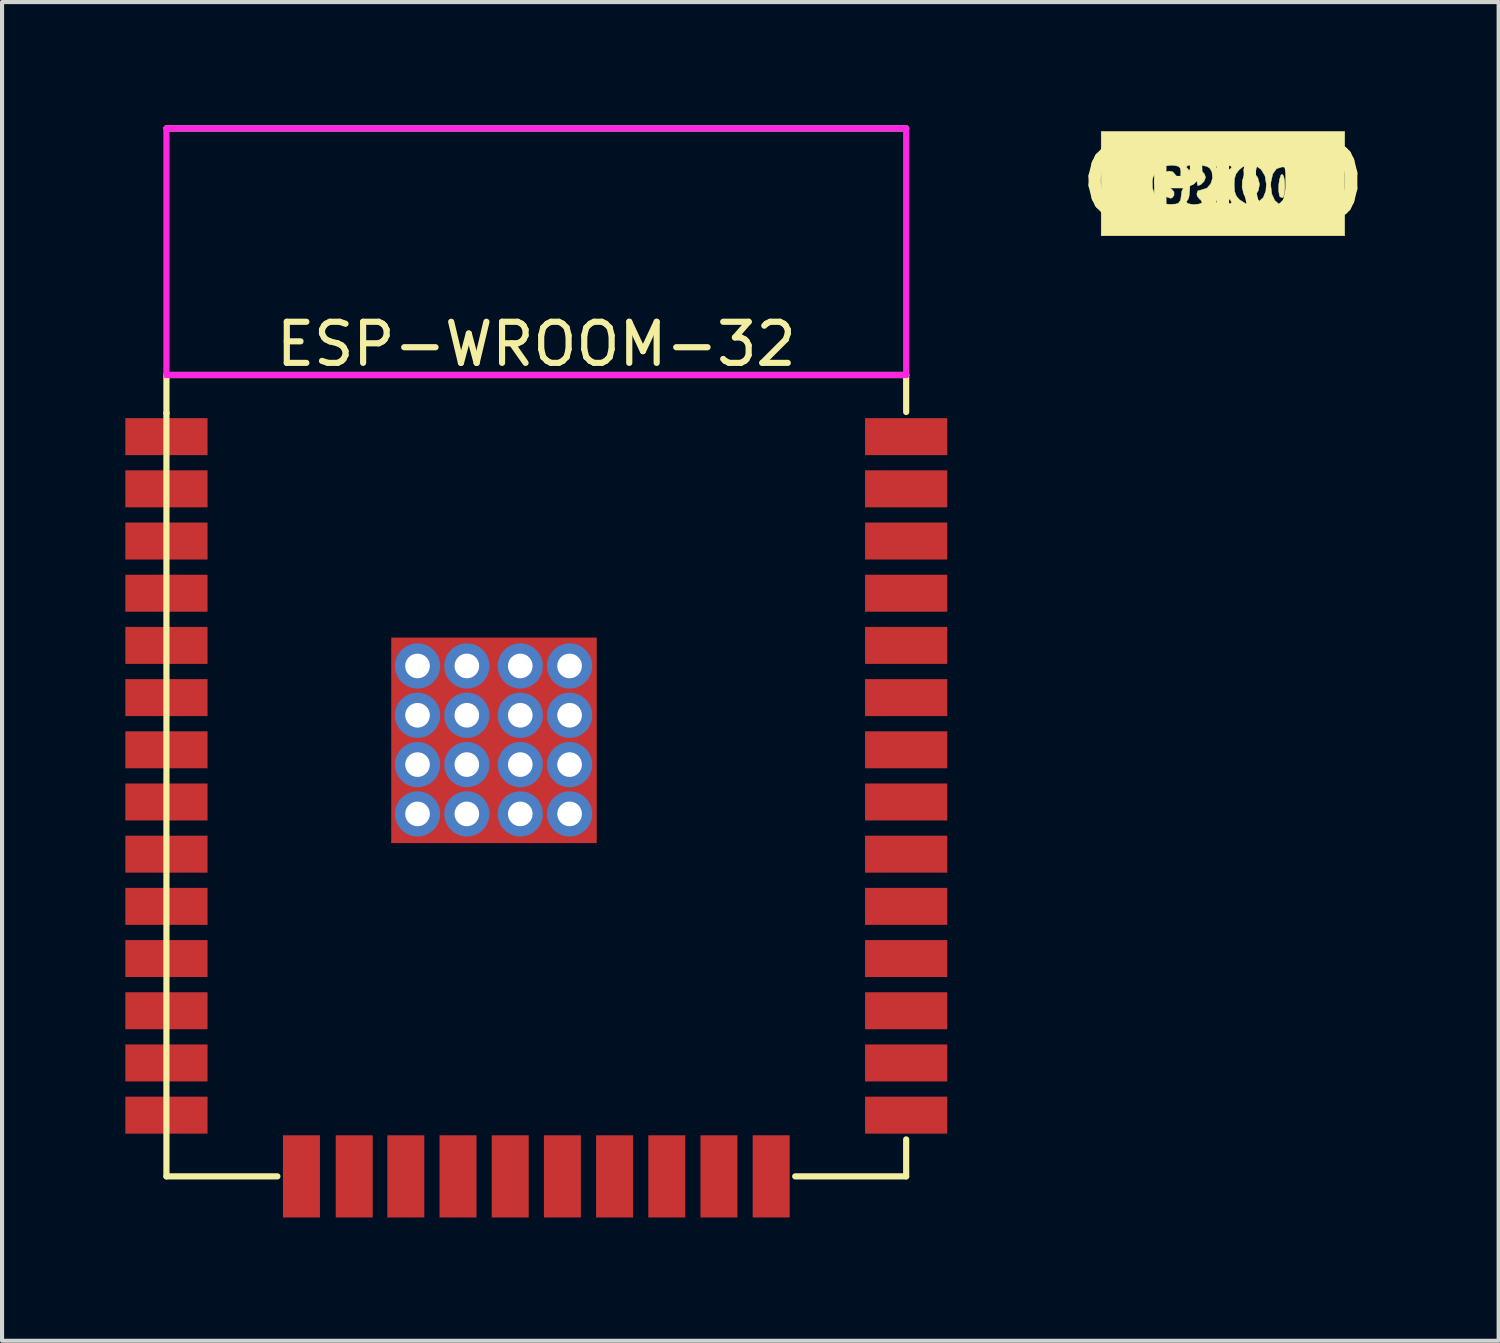
<source format=kicad_pcb>
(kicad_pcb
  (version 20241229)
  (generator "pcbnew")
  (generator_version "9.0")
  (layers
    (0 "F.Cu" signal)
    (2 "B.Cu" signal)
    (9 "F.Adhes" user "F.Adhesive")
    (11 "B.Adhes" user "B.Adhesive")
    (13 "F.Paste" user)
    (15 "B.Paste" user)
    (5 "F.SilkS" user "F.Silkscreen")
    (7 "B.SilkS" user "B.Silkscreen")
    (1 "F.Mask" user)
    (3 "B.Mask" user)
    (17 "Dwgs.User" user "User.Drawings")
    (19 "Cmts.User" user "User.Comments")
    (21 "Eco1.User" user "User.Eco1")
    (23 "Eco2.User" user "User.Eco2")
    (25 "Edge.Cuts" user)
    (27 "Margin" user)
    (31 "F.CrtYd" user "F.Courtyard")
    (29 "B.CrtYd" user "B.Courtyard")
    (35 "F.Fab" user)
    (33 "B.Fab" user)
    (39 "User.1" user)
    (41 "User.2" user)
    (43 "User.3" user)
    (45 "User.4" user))
  (footprint "ESP-WROOM-32"
    (layer "F.Cu")
    (at 10 12.825)
    (property "Reference" "ESP-WROOM-32" (at 0 -7.5 0) (layer "F.SilkS") (effects (font (size 1 1) (thickness 0.15))))
    (attr through_hole)
    (fp_line (start -9 -12.75) (end 9 -12.75) (stroke (width 0.15) (type solid)) (layer "F.SilkS"))
    (fp_line (start -9 -6.75) (end -9 -5.85) (stroke (width 0.15) (type solid)) (layer "F.SilkS"))
    (fp_line (start -9 -6.75) (end 9 -6.75) (stroke (width 0.15) (type solid)) (layer "F.SilkS"))
    (fp_line (start -9 -6.75) (end 9 -6.75) (stroke (width 0.15) (type solid)) (layer "F.SilkS"))
    (fp_line (start -9 -5.82) (end -9 -5.82) (stroke (width 0.15) (type solid)) (layer "F.SilkS"))
    (fp_line (start -9 11.8) (end -9 -5.82) (stroke (width 0.15) (type solid)) (layer "F.SilkS"))
    (fp_line (start -9 12.75) (end -9 11.85) (stroke (width 0.15) (type solid)) (layer "F.SilkS"))
    (fp_line (start -9 12.75) (end -6.3 12.75) (stroke (width 0.15) (type solid)) (layer "F.SilkS"))
    (fp_line (start 9 -6.75) (end 9 -5.85) (stroke (width 0.15) (type solid)) (layer "F.SilkS"))
    (fp_line (start 9 12.75) (end 6.3 12.75) (stroke (width 0.15) (type solid)) (layer "F.SilkS"))
    (fp_line (start 9 12.75) (end 9 11.85) (stroke (width 0.15) (type solid)) (layer "F.SilkS"))
    (fp_line (start -9 -12.75) (end -9 -6.75) (stroke (width 0.15) (type solid)) (layer "F.CrtYd"))
    (fp_line (start -9 -6.75) (end 9 -6.75) (stroke (width 0.15) (type solid)) (layer "F.CrtYd"))
    (fp_line (start 9 -12.75) (end -9 -12.75) (stroke (width 0.15) (type solid)) (layer "F.CrtYd"))
    (fp_line (start 9 -6.75) (end 9 -12.75) (stroke (width 0.15) (type solid)) (layer "F.CrtYd"))
    (pad "1" smd rect (at -9 -5.25) (size 2 0.9) (layers "F.Cu" "F.Mask" "F.Paste"))
    (pad "1" thru_hole circle (at -2.89 0.33) (size 1.1 1.1) (drill 0.6) (layers "*.Cu" "*.Mask"))
    (pad "1" thru_hole circle (at -2.89 1.53) (size 1.1 1.1) (drill 0.6) (layers "*.Cu" "*.Mask"))
    (pad "1" thru_hole circle (at -2.89 2.73) (size 1.1 1.1) (drill 0.6) (layers "*.Cu" "*.Mask"))
    (pad "1" thru_hole circle (at -2.89 3.93) (size 1.1 1.1) (drill 0.6) (layers "*.Cu" "*.Mask"))
    (pad "1" thru_hole circle (at -1.69 0.33) (size 1.1 1.1) (drill 0.6) (layers "*.Cu" "*.Mask"))
    (pad "1" thru_hole circle (at -1.69 1.53) (size 1.1 1.1) (drill 0.6) (layers "*.Cu" "*.Mask"))
    (pad "1" thru_hole circle (at -1.69 2.73) (size 1.1 1.1) (drill 0.6) (layers "*.Cu" "*.Mask"))
    (pad "1" thru_hole circle (at -1.69 3.93) (size 1.1 1.1) (drill 0.6) (layers "*.Cu" "*.Mask"))
    (pad "1" smd rect (at -1.03 2.14 90) (size 5 5) (layers "F.Cu" "F.Mask" "F.Paste"))
    (pad "1" thru_hole circle (at -0.39 0.33) (size 1.1 1.1) (drill 0.6) (layers "*.Cu" "*.Mask"))
    (pad "1" thru_hole circle (at -0.39 1.53) (size 1.1 1.1) (drill 0.6) (layers "*.Cu" "*.Mask"))
    (pad "1" thru_hole circle (at -0.39 2.73) (size 1.1 1.1) (drill 0.6) (layers "*.Cu" "*.Mask"))
    (pad "1" thru_hole circle (at -0.39 3.93) (size 1.1 1.1) (drill 0.6) (layers "*.Cu" "*.Mask"))
    (pad "1" thru_hole circle (at 0.81 0.33) (size 1.1 1.1) (drill 0.6) (layers "*.Cu" "*.Mask"))
    (pad "1" thru_hole circle (at 0.81 1.53) (size 1.1 1.1) (drill 0.6) (layers "*.Cu" "*.Mask"))
    (pad "1" thru_hole circle (at 0.81 2.73) (size 1.1 1.1) (drill 0.6) (layers "*.Cu" "*.Mask"))
    (pad "1" thru_hole circle (at 0.81 3.93) (size 1.1 1.1) (drill 0.6) (layers "*.Cu" "*.Mask"))
    (pad "2" smd rect (at -9 -3.98) (size 2 0.9) (layers "F.Cu" "F.Mask" "F.Paste"))
    (pad "3" smd rect (at -9 -2.71) (size 2 0.9) (layers "F.Cu" "F.Mask" "F.Paste"))
    (pad "4" smd rect (at -9 -1.44) (size 2 0.9) (layers "F.Cu" "F.Mask" "F.Paste"))
    (pad "5" smd rect (at -9 -0.17) (size 2 0.9) (layers "F.Cu" "F.Mask" "F.Paste"))
    (pad "6" smd rect (at -9 1.1) (size 2 0.9) (layers "F.Cu" "F.Mask" "F.Paste"))
    (pad "7" smd rect (at -9 2.37) (size 2 0.9) (layers "F.Cu" "F.Mask" "F.Paste"))
    (pad "8" smd rect (at -9 3.64) (size 2 0.9) (layers "F.Cu" "F.Mask" "F.Paste"))
    (pad "9" smd rect (at -9 4.91) (size 2 0.9) (layers "F.Cu" "F.Mask" "F.Paste"))
    (pad "10" smd rect (at -9 6.18) (size 2 0.9) (layers "F.Cu" "F.Mask" "F.Paste"))
    (pad "11" smd rect (at -9 7.45) (size 2 0.9) (layers "F.Cu" "F.Mask" "F.Paste"))
    (pad "12" smd rect (at -9 8.72) (size 2 0.9) (layers "F.Cu" "F.Mask" "F.Paste"))
    (pad "13" smd rect (at -9 9.99) (size 2 0.9) (layers "F.Cu" "F.Mask" "F.Paste"))
    (pad "14" smd rect (at -9 11.26) (size 2 0.9) (layers "F.Cu" "F.Mask" "F.Paste"))
    (pad "15" smd rect (at -5.715 12.75 90) (size 2 0.9) (layers "F.Cu" "F.Mask" "F.Paste"))
    (pad "16" smd rect (at -4.43 12.75 90) (size 2 0.9) (layers "F.Cu" "F.Mask" "F.Paste"))
    (pad "17" smd rect (at -3.175 12.75 90) (size 2 0.9) (layers "F.Cu" "F.Mask" "F.Paste"))
    (pad "18" smd rect (at -1.905 12.75 90) (size 2 0.9) (layers "F.Cu" "F.Mask" "F.Paste"))
    (pad "19" smd rect (at -0.635 12.75 90) (size 2 0.9) (layers "F.Cu" "F.Mask" "F.Paste"))
    (pad "20" smd rect (at 0.635 12.75 90) (size 2 0.9) (layers "F.Cu" "F.Mask" "F.Paste"))
    (pad "21" smd rect (at 1.905 12.75 90) (size 2 0.9) (layers "F.Cu" "F.Mask" "F.Paste"))
    (pad "22" smd rect (at 3.175 12.75 90) (size 2 0.9) (layers "F.Cu" "F.Mask" "F.Paste"))
    (pad "23" smd rect (at 4.445 12.75 90) (size 2 0.9) (layers "F.Cu" "F.Mask" "F.Paste"))
    (pad "24" smd rect (at 5.715 12.75 90) (size 2 0.9) (layers "F.Cu" "F.Mask" "F.Paste"))
    (pad "25" smd rect (at 9 11.26) (size 2 0.9) (layers "F.Cu" "F.Mask" "F.Paste"))
    (pad "26" smd rect (at 9 9.99) (size 2 0.9) (layers "F.Cu" "F.Mask" "F.Paste"))
    (pad "27" smd rect (at 9 8.72) (size 2 0.9) (layers "F.Cu" "F.Mask" "F.Paste"))
    (pad "28" smd rect (at 9 7.45) (size 2 0.9) (layers "F.Cu" "F.Mask" "F.Paste"))
    (pad "29" smd rect (at 9 6.18) (size 2 0.9) (layers "F.Cu" "F.Mask" "F.Paste"))
    (pad "30" smd rect (at 9 4.91) (size 2 0.9) (layers "F.Cu" "F.Mask" "F.Paste"))
    (pad "31" smd rect (at 9 3.64) (size 2 0.9) (layers "F.Cu" "F.Mask" "F.Paste"))
    (pad "32" smd rect (at 9 2.37) (size 2 0.9) (layers "F.Cu" "F.Mask" "F.Paste"))
    (pad "33" smd rect (at 9 1.1) (size 2 0.9) (layers "F.Cu" "F.Mask" "F.Paste"))
    (pad "34" smd rect (at 9 -0.17) (size 2 0.9) (layers "F.Cu" "F.Mask" "F.Paste"))
    (pad "35" smd rect (at 9 -1.44) (size 2 0.9) (layers "F.Cu" "F.Mask" "F.Paste"))
    (pad "36" smd rect (at 9 -2.71) (size 2 0.9) (layers "F.Cu" "F.Mask" "F.Paste"))
    (pad "37" smd rect (at 9 -3.98) (size 2 0.9) (layers "F.Cu" "F.Mask" "F.Paste"))
    (pad "38" smd rect (at 9 -5.25) (size 2 0.9) (layers "F.Cu" "F.Mask" "F.Paste")))
  (footprint "GPIO0"
    (layer "F.Cu")
    (at 26.708 1.418)
    (property "Reference" "GPIO0" (at 0 0 0) (layer "F.SilkS") (effects (font (size 1.524 1.524) (thickness 0.3))))
    (attr through_hole)
    (fp_poly (pts (xy -0.524 -0.318) (xy -0.449 -0.232) (xy -0.423 -0.152) (xy -0.458 -0.058) (xy -0.537 0.023) (xy -0.611 0.051) (xy -0.626 0.006) (xy -0.634 -0.107) (xy -0.635 -0.152) (xy -0.63 -0.28) (xy -0.616 -0.35) (xy -0.611 -0.356) (xy -0.524 -0.318)) (stroke (width 0.01) (type solid)) (fill yes) (layer "F.SilkS"))
    (fp_poly (pts (xy 1.476 -0.184) (xy 1.499 -0.074) (xy 1.506 0.069) (xy 1.499 0.208) (xy 1.475 0.311) (xy 1.45 0.343) (xy 1.391 0.323) (xy 1.373 0.289) (xy 1.355 0.169) (xy 1.358 0.023) (xy 1.379 -0.114) (xy 1.412 -0.207) (xy 1.439 -0.229) (xy 1.476 -0.184)) (stroke (width 0.01) (type solid)) (fill yes) (layer "F.SilkS"))
    (fp_poly (pts (xy 0.761 -0.26) (xy 0.847 -0.147) (xy 0.888 0.000379) (xy 0.889 0.025) (xy 0.86 0.171) (xy 0.788 0.282) (xy 0.693 0.344) (xy 0.596 0.346) (xy 0.518 0.275) (xy 0.509 0.257) (xy 0.466 0.091) (xy 0.472 -0.075) (xy 0.521 -0.213) (xy 0.604 -0.294) (xy 0.655 -0.305) (xy 0.761 -0.26)) (stroke (width 0.01) (type solid)) (fill yes) (layer "F.SilkS"))
    (fp_poly (pts (xy 2.963 1.27) (xy -2.963 1.27) (xy -2.963 -0.08) (xy -1.717 -0.08) (xy -1.713 0.107) (xy -1.656 0.292) (xy -1.561 0.431) (xy -1.535 0.453) (xy -1.432 0.49) (xy -1.29 0.506) (xy -1.151 0.497) (xy -1.083 0.477) (xy -1.056 0.439) (xy -0.891 0.439) (xy -0.858 0.483) (xy -0.755 0.506) (xy -0.699 0.508) (xy -0.585 0.498) (xy -0.517 0.471) (xy -0.508 0.456) (xy -0.517 0.439) (xy -0.171 0.439) (xy -0.138 0.483) (xy -0.035 0.506) (xy 0.021 0.508) (xy 0.135 0.498) (xy 0.203 0.471) (xy 0.212 0.456) (xy 0.178 0.394) (xy 0.148 0.374) (xy 0.111 0.327) (xy 0.091 0.215) (xy 0.085 0.025) (xy 0.275 0.025) (xy 0.285 0.19) (xy 0.325 0.3) (xy 0.394 0.385) (xy 0.552 0.487) (xy 0.729 0.501) (xy 0.86 0.449) (xy 0.982 0.337) (xy 1.043 0.183) (xy 1.054 0.051) (xy 1.164 0.051) (xy 1.191 0.257) (xy 1.262 0.41) (xy 1.364 0.499) (xy 1.481 0.514) (xy 1.599 0.442) (xy 1.631 0.404) (xy 1.691 0.265) (xy 1.71 0.051) (xy 1.684 -0.177) (xy 1.609 -0.33) (xy 1.489 -0.402) (xy 1.439 -0.406) (xy 1.304 -0.362) (xy 1.212 -0.236) (xy 1.167 -0.035) (xy 1.164 0.051) (xy 1.054 0.051) (xy 1.057 0.02) (xy 1.023 -0.188) (xy 0.93 -0.344) (xy 0.796 -0.438) (xy 0.639 -0.462) (xy 0.478 -0.404) (xy 0.394 -0.335) (xy 0.317 -0.235) (xy 0.282 -0.12) (xy 0.275 0.025) (xy 0.085 0.025) (xy 0.085 0.022) (xy 0.085 0.018) (xy 0.091 -0.176) (xy 0.11 -0.289) (xy 0.147 -0.337) (xy 0.148 -0.337) (xy 0.21 -0.384) (xy 0.195 -0.425) (xy 0.112 -0.451) (xy 0.021 -0.457) (xy -0.092 -0.447) (xy -0.161 -0.422) (xy -0.169 -0.406) (xy -0.137 -0.357) (xy -0.127 -0.356) (xy -0.105 -0.309) (xy -0.09 -0.183) (xy -0.085 -0.003) (xy -0.09 0.177) (xy -0.105 0.315) (xy -0.126 0.38) (xy -0.127 0.381) (xy -0.171 0.439) (xy -0.517 0.439) (xy -0.542 0.394) (xy -0.572 0.374) (xy -0.625 0.305) (xy -0.635 0.249) (xy -0.61 0.174) (xy -0.522 0.152) (xy -0.522 0.152) (xy -0.391 0.111) (xy -0.298 0.006) (xy -0.253 -0.135) (xy -0.268 -0.283) (xy -0.321 -0.377) (xy -0.389 -0.417) (xy -0.503 -0.445) (xy -0.635 -0.458) (xy -0.761 -0.457) (xy -0.854 -0.44) (xy -0.889 -0.406) (xy -0.857 -0.357) (xy -0.847 -0.356) (xy -0.825 -0.309) (xy -0.81 -0.183) (xy -0.804 -0.003) (xy -0.81 0.177) (xy -0.825 0.315) (xy -0.846 0.38) (xy -0.847 0.381) (xy -0.891 0.439) (xy -1.056 0.439) (xy -1.031 0.405) (xy -1.016 0.302) (xy -1.002 0.187) (xy -0.974 0.127) (xy -0.93 0.069) (xy -0.963 0.025) (xy -1.065 0.002) (xy -1.122 0) (xy -1.243 0.014) (xy -1.307 0.05) (xy -1.303 0.097) (xy -1.249 0.134) (xy -1.191 0.199) (xy -1.19 0.285) (xy -1.239 0.347) (xy -1.277 0.356) (xy -1.4 0.312) (xy -1.485 0.198) (xy -1.524 0.041) (xy -1.506 -0.136) (xy -1.48 -0.207) (xy -1.412 -0.277) (xy -1.313 -0.305) (xy -1.22 -0.286) (xy -1.17 -0.229) (xy -1.112 -0.161) (xy -1.078 -0.152) (xy -1.029 -0.184) (xy -1.024 -0.29) (xy -1.024 -0.292) (xy -1.039 -0.375) (xy -1.079 -0.419) (xy -1.167 -0.44) (xy -1.251 -0.447) (xy -1.456 -0.425) (xy -1.606 -0.33) (xy -1.698 -0.165) (xy -1.717 -0.08) (xy -2.963 -0.08) (xy -2.963 -1.27) (xy 2.963 -1.27) (xy 2.963 1.27)) (stroke (width 0.01) (type solid)) (fill yes) (layer "F.SilkS")))
  (gr_rect
    (start -3 -3)
    (end 33.417 29.575)
    (stroke (width 0.1) (type default))
    (fill no)
    (layer "Edge.Cuts")))
</source>
